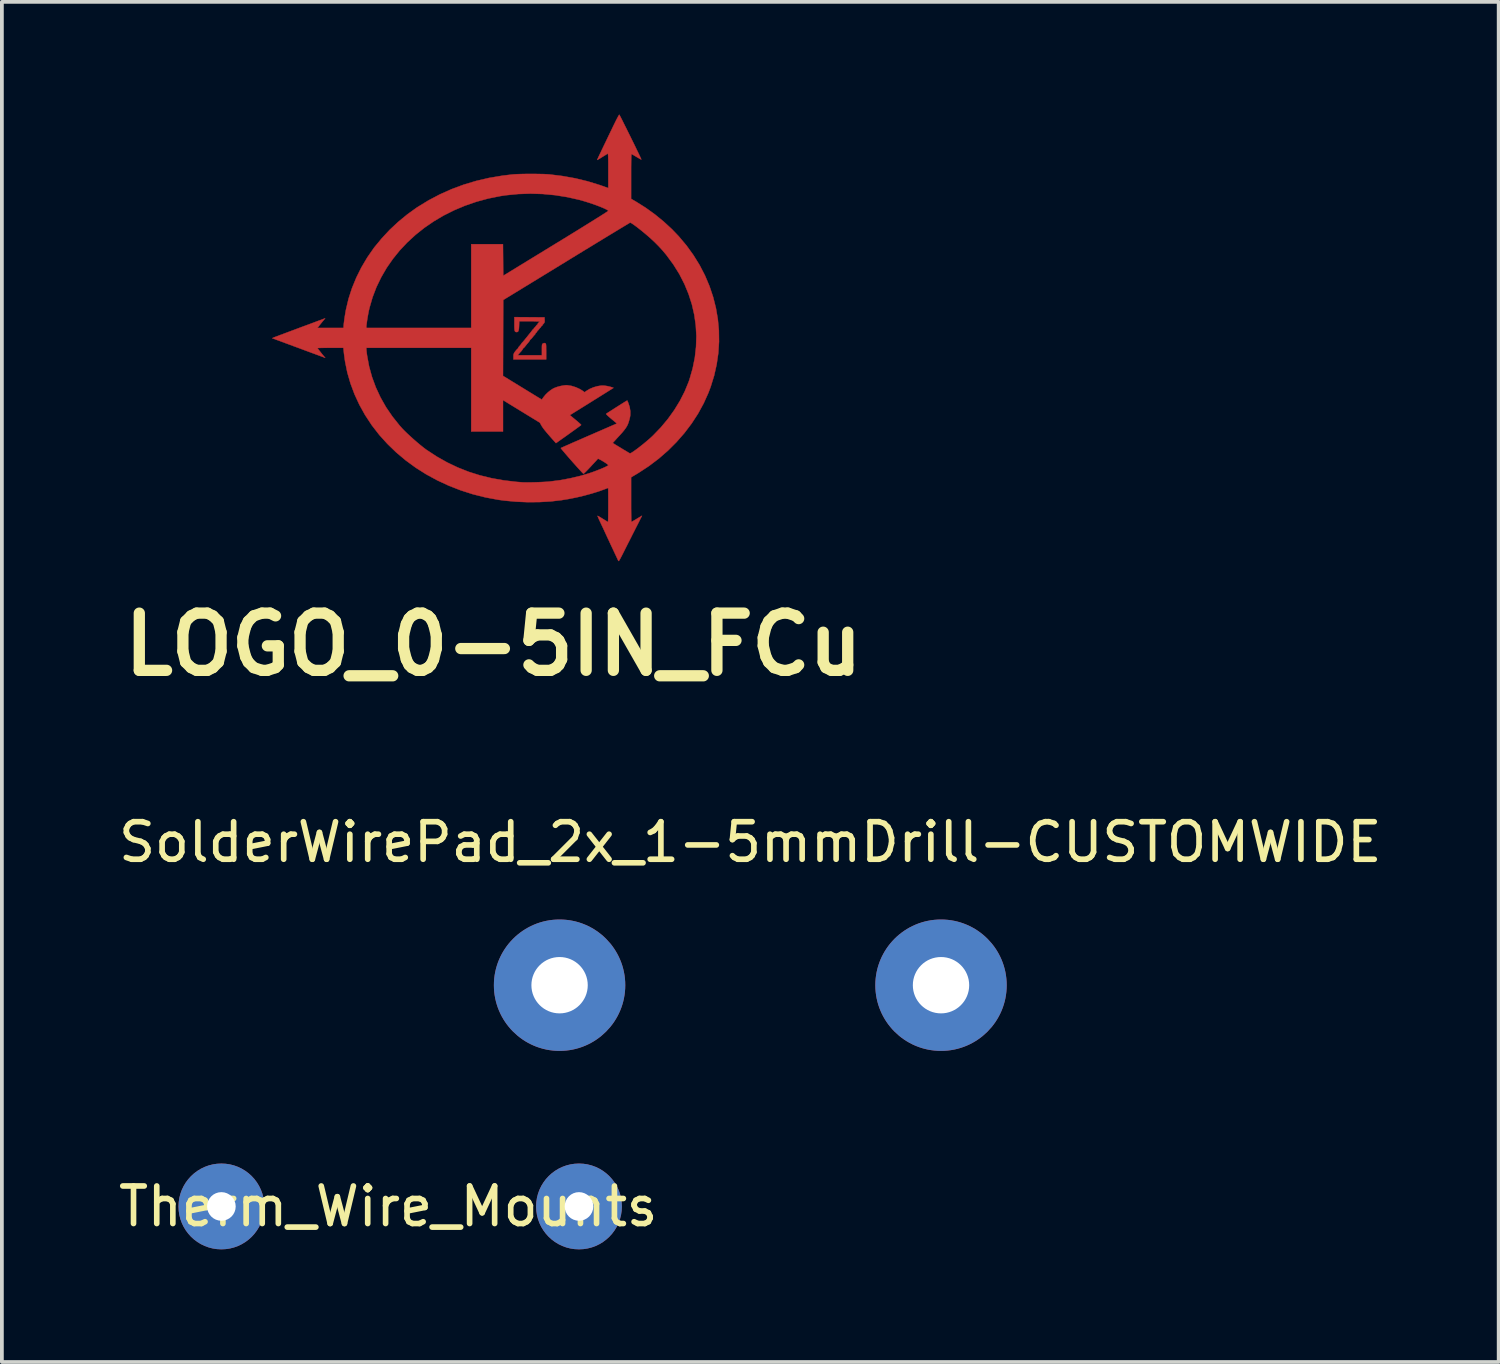
<source format=kicad_pcb>
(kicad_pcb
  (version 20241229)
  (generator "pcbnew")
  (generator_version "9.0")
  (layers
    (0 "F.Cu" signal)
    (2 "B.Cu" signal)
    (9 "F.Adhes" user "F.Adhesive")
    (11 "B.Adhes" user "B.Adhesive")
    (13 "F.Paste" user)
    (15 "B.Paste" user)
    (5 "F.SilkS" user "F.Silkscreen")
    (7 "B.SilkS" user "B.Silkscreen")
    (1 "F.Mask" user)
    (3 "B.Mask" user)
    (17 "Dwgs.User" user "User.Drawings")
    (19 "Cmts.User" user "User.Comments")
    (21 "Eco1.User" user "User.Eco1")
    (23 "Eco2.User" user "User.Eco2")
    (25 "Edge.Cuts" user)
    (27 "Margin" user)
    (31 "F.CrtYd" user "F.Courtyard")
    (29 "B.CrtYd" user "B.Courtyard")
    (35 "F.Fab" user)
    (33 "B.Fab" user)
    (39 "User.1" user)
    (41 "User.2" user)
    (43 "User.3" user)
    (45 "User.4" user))
  (footprint "LOGO_0-5IN_FCu"
    (layer "F.Cu")
    (at 10.095 5.861)
    (property "Reference" "LOGO_0-5IN_FCu" (at 0 8.255 0) (layer "F.SilkS") (effects (font (size 1.524 1.524) (thickness 0.3))))
    (attr through_hole)
    (fp_poly (pts (xy 1.358 -0.458) (xy 1.362 -0.391) (xy 1.363 -0.35) (xy 1.358 -0.324) (xy 1.345 -0.302) (xy 1.334 -0.29) (xy 1.313 -0.266) (xy 1.302 -0.248) (xy 1.302 -0.245) (xy 1.292 -0.232) (xy 1.283 -0.228) (xy 1.266 -0.213) (xy 1.264 -0.205) (xy 1.258 -0.19) (xy 1.254 -0.188) (xy 1.242 -0.179) (xy 1.223 -0.157) (xy 1.213 -0.144) (xy 1.192 -0.118) (xy 1.177 -0.102) (xy 1.172 -0.1) (xy 1.163 -0.091) (xy 1.163 -0.085) (xy 1.154 -0.067) (xy 1.137 -0.05) (xy 1.118 -0.03) (xy 1.112 -0.016) (xy 1.106 -0.000211) (xy 1.103 0.002) (xy 1.091 0.012) (xy 1.07 0.036) (xy 1.044 0.068) (xy 1.044 0.069) (xy 1.018 0.101) (xy 0.996 0.123) (xy 0.984 0.133) (xy 0.984 0.133) (xy 0.973 0.141) (xy 0.973 0.144) (xy 0.966 0.159) (xy 0.95 0.183) (xy 0.93 0.209) (xy 0.913 0.229) (xy 0.91 0.232) (xy 0.9 0.243) (xy 0.88 0.268) (xy 0.855 0.3) (xy 0.854 0.301) (xy 0.828 0.333) (xy 0.807 0.355) (xy 0.794 0.364) (xy 0.794 0.364) (xy 0.784 0.373) (xy 0.783 0.376) (xy 0.777 0.391) (xy 0.761 0.415) (xy 0.741 0.441) (xy 0.723 0.461) (xy 0.72 0.464) (xy 0.709 0.475) (xy 0.689 0.498) (xy 0.679 0.511) (xy 0.643 0.552) (xy 1.289 0.552) (xy 1.289 0.403) (xy 1.289 0.343) (xy 1.29 0.302) (xy 1.293 0.274) (xy 1.298 0.257) (xy 1.305 0.247) (xy 1.317 0.239) (xy 1.32 0.237) (xy 1.348 0.226) (xy 1.374 0.23) (xy 1.377 0.232) (xy 1.386 0.237) (xy 1.392 0.245) (xy 1.397 0.259) (xy 1.4 0.282) (xy 1.402 0.317) (xy 1.402 0.368) (xy 1.403 0.437) (xy 1.403 0.453) (xy 1.403 0.663) (xy 0.531 0.663) (xy 0.531 0.587) (xy 0.532 0.546) (xy 0.538 0.516) (xy 0.551 0.488) (xy 0.575 0.453) (xy 0.583 0.443) (xy 0.61 0.411) (xy 0.632 0.386) (xy 0.645 0.376) (xy 0.646 0.375) (xy 0.656 0.367) (xy 0.657 0.36) (xy 0.665 0.338) (xy 0.673 0.329) (xy 0.692 0.309) (xy 0.714 0.282) (xy 0.734 0.257) (xy 0.745 0.24) (xy 0.746 0.237) (xy 0.753 0.226) (xy 0.771 0.208) (xy 0.793 0.184) (xy 0.82 0.152) (xy 0.831 0.139) (xy 0.852 0.112) (xy 0.868 0.093) (xy 0.872 0.088) (xy 0.883 0.075) (xy 0.891 0.065) (xy 0.904 0.048) (xy 0.928 0.018) (xy 0.956 -0.017) (xy 0.96 -0.022) (xy 0.99 -0.059) (xy 1.016 -0.093) (xy 1.033 -0.116) (xy 1.034 -0.117) (xy 1.05 -0.137) (xy 1.062 -0.144) (xy 1.073 -0.153) (xy 1.074 -0.16) (xy 1.08 -0.175) (xy 1.084 -0.177) (xy 1.096 -0.185) (xy 1.115 -0.207) (xy 1.125 -0.221) (xy 1.145 -0.247) (xy 1.161 -0.263) (xy 1.166 -0.265) (xy 1.174 -0.274) (xy 1.175 -0.28) (xy 1.184 -0.298) (xy 1.2 -0.315) (xy 1.219 -0.333) (xy 1.226 -0.344) (xy 1.214 -0.347) (xy 1.18 -0.349) (xy 1.129 -0.351) (xy 1.063 -0.353) (xy 0.986 -0.353) (xy 0.955 -0.353) (xy 0.685 -0.353) (xy 0.681 -0.228) (xy 0.677 -0.163) (xy 0.67 -0.118) (xy 0.66 -0.089) (xy 0.645 -0.072) (xy 0.623 -0.066) (xy 0.617 -0.066) (xy 0.596 -0.068) (xy 0.58 -0.075) (xy 0.569 -0.091) (xy 0.562 -0.118) (xy 0.558 -0.159) (xy 0.556 -0.216) (xy 0.556 -0.281) (xy 0.556 -0.464) (xy 1.358 -0.458)) (stroke (width 0.01) (type solid)) (fill yes) (layer "F.Cu"))
    (fp_poly (pts (xy 3.358 -5.844) (xy 3.374 -5.814) (xy 3.398 -5.768) (xy 3.428 -5.709) (xy 3.463 -5.638) (xy 3.503 -5.558) (xy 3.547 -5.471) (xy 3.592 -5.379) (xy 3.639 -5.285) (xy 3.686 -5.189) (xy 3.732 -5.096) (xy 3.776 -5.006) (xy 3.816 -4.922) (xy 3.853 -4.846) (xy 3.884 -4.781) (xy 3.909 -4.728) (xy 3.927 -4.689) (xy 3.937 -4.667) (xy 3.938 -4.663) (xy 3.925 -4.667) (xy 3.897 -4.681) (xy 3.857 -4.704) (xy 3.814 -4.729) (xy 3.765 -4.758) (xy 3.723 -4.783) (xy 3.693 -4.801) (xy 3.68 -4.808) (xy 3.677 -4.806) (xy 3.674 -4.794) (xy 3.671 -4.772) (xy 3.669 -4.737) (xy 3.668 -4.689) (xy 3.667 -4.625) (xy 3.666 -4.545) (xy 3.665 -4.447) (xy 3.665 -4.329) (xy 3.665 -4.216) (xy 3.665 -3.615) (xy 3.801 -3.536) (xy 4.052 -3.378) (xy 4.297 -3.202) (xy 4.533 -3.009) (xy 4.754 -2.805) (xy 4.932 -2.619) (xy 5.141 -2.371) (xy 5.327 -2.113) (xy 5.492 -1.846) (xy 5.634 -1.571) (xy 5.753 -1.289) (xy 5.85 -1) (xy 5.924 -0.707) (xy 5.975 -0.41) (xy 6.003 -0.111) (xy 6.007 0.191) (xy 5.988 0.492) (xy 5.944 0.794) (xy 5.877 1.093) (xy 5.785 1.39) (xy 5.724 1.552) (xy 5.598 1.832) (xy 5.449 2.105) (xy 5.278 2.368) (xy 5.086 2.622) (xy 4.875 2.863) (xy 4.646 3.092) (xy 4.4 3.306) (xy 4.138 3.504) (xy 3.862 3.685) (xy 3.809 3.717) (xy 3.665 3.802) (xy 3.665 4.397) (xy 3.665 4.509) (xy 3.665 4.614) (xy 3.666 4.711) (xy 3.667 4.796) (xy 3.668 4.869) (xy 3.669 4.926) (xy 3.67 4.967) (xy 3.671 4.989) (xy 3.672 4.992) (xy 3.685 4.986) (xy 3.714 4.969) (xy 3.756 4.945) (xy 3.806 4.915) (xy 3.817 4.908) (xy 3.955 4.825) (xy 3.932 4.872) (xy 3.92 4.896) (xy 3.899 4.936) (xy 3.873 4.99) (xy 3.841 5.053) (xy 3.806 5.121) (xy 3.788 5.157) (xy 3.747 5.238) (xy 3.699 5.332) (xy 3.648 5.434) (xy 3.596 5.536) (xy 3.548 5.631) (xy 3.528 5.671) (xy 3.479 5.769) (xy 3.439 5.848) (xy 3.407 5.91) (xy 3.382 5.958) (xy 3.363 5.992) (xy 3.35 6.015) (xy 3.34 6.027) (xy 3.333 6.032) (xy 3.328 6.03) (xy 3.323 6.023) (xy 3.32 6.016) (xy 3.313 6.002) (xy 3.299 5.971) (xy 3.278 5.926) (xy 3.252 5.871) (xy 3.223 5.81) (xy 3.223 5.809) (xy 3.19 5.739) (xy 3.151 5.656) (xy 3.108 5.564) (xy 3.065 5.471) (xy 3.024 5.384) (xy 3.014 5.362) (xy 2.977 5.282) (xy 2.939 5.199) (xy 2.902 5.12) (xy 2.868 5.049) (xy 2.841 4.99) (xy 2.832 4.971) (xy 2.808 4.92) (xy 2.79 4.877) (xy 2.777 4.846) (xy 2.772 4.83) (xy 2.772 4.829) (xy 2.784 4.833) (xy 2.812 4.849) (xy 2.852 4.872) (xy 2.901 4.903) (xy 2.91 4.908) (xy 2.96 4.939) (xy 3.002 4.965) (xy 3.033 4.984) (xy 3.049 4.992) (xy 3.05 4.992) (xy 3.052 4.981) (xy 3.053 4.951) (xy 3.055 4.903) (xy 3.056 4.84) (xy 3.057 4.764) (xy 3.058 4.677) (xy 3.058 4.583) (xy 3.058 4.539) (xy 3.058 4.441) (xy 3.058 4.351) (xy 3.057 4.27) (xy 3.057 4.201) (xy 3.056 4.146) (xy 3.055 4.108) (xy 3.054 4.088) (xy 3.053 4.086) (xy 3.04 4.09) (xy 3.011 4.101) (xy 2.974 4.115) (xy 2.806 4.176) (xy 2.618 4.234) (xy 2.418 4.289) (xy 2.212 4.338) (xy 2.007 4.379) (xy 1.813 4.411) (xy 1.523 4.445) (xy 1.221 4.462) (xy 0.913 4.465) (xy 0.604 4.452) (xy 0.301 4.424) (xy 0.128 4.401) (xy -0.215 4.337) (xy -0.55 4.253) (xy -0.877 4.148) (xy -1.194 4.024) (xy -1.5 3.882) (xy -1.794 3.722) (xy -2.075 3.544) (xy -2.341 3.349) (xy -2.591 3.139) (xy -2.825 2.913) (xy -3.042 2.673) (xy -3.239 2.419) (xy -3.249 2.404) (xy -3.421 2.143) (xy -3.572 1.871) (xy -3.702 1.59) (xy -3.809 1.303) (xy -3.894 1.011) (xy -3.954 0.716) (xy -3.983 0.503) (xy -3.998 0.353) (xy -3.387 0.353) (xy -3.387 0.39) (xy -3.385 0.415) (xy -3.381 0.456) (xy -3.375 0.507) (xy -3.367 0.563) (xy -3.314 0.849) (xy -3.236 1.131) (xy -3.135 1.406) (xy -3.011 1.673) (xy -2.864 1.933) (xy -2.694 2.182) (xy -2.503 2.421) (xy -2.432 2.501) (xy -2.372 2.563) (xy -2.298 2.635) (xy -2.214 2.713) (xy -2.124 2.794) (xy -2.032 2.874) (xy -1.942 2.949) (xy -1.859 3.015) (xy -1.788 3.069) (xy -1.775 3.077) (xy -1.508 3.252) (xy -1.235 3.406) (xy -0.954 3.54) (xy -0.664 3.655) (xy -0.363 3.75) (xy -0.052 3.826) (xy 0.272 3.884) (xy 0.61 3.924) (xy 0.765 3.936) (xy 0.819 3.938) (xy 0.893 3.939) (xy 0.982 3.938) (xy 1.08 3.936) (xy 1.181 3.933) (xy 1.281 3.929) (xy 1.374 3.924) (xy 1.454 3.919) (xy 1.504 3.914) (xy 1.777 3.879) (xy 2.053 3.827) (xy 2.325 3.762) (xy 2.54 3.698) (xy 2.626 3.669) (xy 2.713 3.637) (xy 2.796 3.605) (xy 2.874 3.574) (xy 2.941 3.545) (xy 2.996 3.519) (xy 3.036 3.498) (xy 3.056 3.483) (xy 3.058 3.479) (xy 3.048 3.466) (xy 3.023 3.446) (xy 2.985 3.419) (xy 2.941 3.391) (xy 2.895 3.363) (xy 2.851 3.338) (xy 2.814 3.319) (xy 2.789 3.309) (xy 2.781 3.309) (xy 2.77 3.32) (xy 2.747 3.346) (xy 2.712 3.384) (xy 2.668 3.431) (xy 2.618 3.485) (xy 2.591 3.515) (xy 2.538 3.571) (xy 2.491 3.62) (xy 2.45 3.661) (xy 2.42 3.69) (xy 2.401 3.706) (xy 2.396 3.707) (xy 2.385 3.698) (xy 2.36 3.673) (xy 2.325 3.636) (xy 2.281 3.588) (xy 2.23 3.532) (xy 2.175 3.47) (xy 2.116 3.404) (xy 2.057 3.337) (xy 1.999 3.271) (xy 1.945 3.208) (xy 1.896 3.151) (xy 1.854 3.102) (xy 1.822 3.063) (xy 1.801 3.036) (xy 1.793 3.024) (xy 1.793 3.024) (xy 1.806 3.017) (xy 1.839 3.002) (xy 1.89 2.979) (xy 1.958 2.949) (xy 2.04 2.913) (xy 2.134 2.871) (xy 2.239 2.826) (xy 2.351 2.777) (xy 2.414 2.749) (xy 2.534 2.697) (xy 2.652 2.646) (xy 2.764 2.597) (xy 2.868 2.552) (xy 2.961 2.511) (xy 3.04 2.477) (xy 3.103 2.449) (xy 3.147 2.43) (xy 3.157 2.426) (xy 3.288 2.369) (xy 3.138 2.245) (xy 3.078 2.194) (xy 3.034 2.154) (xy 3.008 2.127) (xy 3 2.113) (xy 3.001 2.111) (xy 3.017 2.101) (xy 3.049 2.079) (xy 3.095 2.05) (xy 3.151 2.014) (xy 3.213 1.974) (xy 3.279 1.932) (xy 3.344 1.891) (xy 3.405 1.852) (xy 3.458 1.819) (xy 3.501 1.792) (xy 3.522 1.78) (xy 3.562 1.756) (xy 3.588 1.816) (xy 3.626 1.929) (xy 3.644 2.042) (xy 3.643 2.15) (xy 3.634 2.204) (xy 3.616 2.275) (xy 3.598 2.336) (xy 3.578 2.391) (xy 3.553 2.441) (xy 3.521 2.492) (xy 3.481 2.546) (xy 3.431 2.607) (xy 3.367 2.678) (xy 3.306 2.744) (xy 3.262 2.792) (xy 3.225 2.833) (xy 3.196 2.864) (xy 3.179 2.884) (xy 3.176 2.889) (xy 3.199 2.903) (xy 3.236 2.927) (xy 3.285 2.957) (xy 3.342 2.991) (xy 3.401 3.027) (xy 3.461 3.064) (xy 3.518 3.097) (xy 3.567 3.127) (xy 3.604 3.149) (xy 3.628 3.163) (xy 3.633 3.165) (xy 3.651 3.161) (xy 3.684 3.143) (xy 3.73 3.113) (xy 3.786 3.073) (xy 3.85 3.026) (xy 3.919 2.972) (xy 3.991 2.915) (xy 4.063 2.855) (xy 4.133 2.796) (xy 4.198 2.738) (xy 4.254 2.685) (xy 4.459 2.472) (xy 4.647 2.246) (xy 4.817 2.009) (xy 4.966 1.765) (xy 5.093 1.516) (xy 5.197 1.263) (xy 5.223 1.187) (xy 5.305 0.901) (xy 5.363 0.614) (xy 5.395 0.327) (xy 5.404 0.04) (xy 5.388 -0.245) (xy 5.348 -0.527) (xy 5.284 -0.805) (xy 5.196 -1.079) (xy 5.085 -1.347) (xy 4.951 -1.609) (xy 4.793 -1.863) (xy 4.613 -2.108) (xy 4.596 -2.13) (xy 4.499 -2.245) (xy 4.402 -2.351) (xy 4.298 -2.456) (xy 4.182 -2.564) (xy 4.108 -2.629) (xy 4.037 -2.689) (xy 3.965 -2.749) (xy 3.893 -2.806) (xy 3.826 -2.859) (xy 3.765 -2.904) (xy 3.713 -2.941) (xy 3.673 -2.967) (xy 3.647 -2.98) (xy 3.641 -2.982) (xy 3.629 -2.976) (xy 3.598 -2.957) (xy 3.549 -2.928) (xy 3.481 -2.887) (xy 3.398 -2.837) (xy 3.299 -2.777) (xy 3.187 -2.709) (xy 3.061 -2.633) (xy 2.923 -2.549) (xy 2.775 -2.459) (xy 2.617 -2.362) (xy 2.45 -2.261) (xy 2.275 -2.154) (xy 2.095 -2.044) (xy 1.944 -1.951) (xy 0.259 -0.921) (xy 0.253 1.101) (xy 0.666 1.354) (xy 0.761 1.412) (xy 0.854 1.469) (xy 0.942 1.523) (xy 1.021 1.571) (xy 1.089 1.613) (xy 1.143 1.646) (xy 1.179 1.668) (xy 1.183 1.67) (xy 1.286 1.733) (xy 1.334 1.665) (xy 1.386 1.602) (xy 1.449 1.54) (xy 1.519 1.484) (xy 1.587 1.44) (xy 1.62 1.424) (xy 1.691 1.397) (xy 1.77 1.375) (xy 1.849 1.359) (xy 1.921 1.35) (xy 1.965 1.35) (xy 2.078 1.368) (xy 2.193 1.404) (xy 2.302 1.454) (xy 2.373 1.498) (xy 2.426 1.537) (xy 2.48 1.498) (xy 2.564 1.448) (xy 2.661 1.407) (xy 2.763 1.377) (xy 2.862 1.361) (xy 2.906 1.359) (xy 2.964 1.363) (xy 3.033 1.373) (xy 3.101 1.389) (xy 3.156 1.405) (xy 3.197 1.42) (xy 2.942 1.58) (xy 2.811 1.662) (xy 2.679 1.744) (xy 2.55 1.825) (xy 2.428 1.901) (xy 2.317 1.97) (xy 2.219 2.031) (xy 2.151 2.073) (xy 2.034 2.146) (xy 2.186 2.273) (xy 2.237 2.315) (xy 2.28 2.353) (xy 2.312 2.382) (xy 2.331 2.401) (xy 2.335 2.407) (xy 2.331 2.412) (xy 2.318 2.422) (xy 2.296 2.439) (xy 2.264 2.463) (xy 2.219 2.496) (xy 2.161 2.538) (xy 2.088 2.59) (xy 1.999 2.654) (xy 1.893 2.73) (xy 1.827 2.776) (xy 1.664 2.892) (xy 1.639 2.864) (xy 1.546 2.76) (xy 1.469 2.672) (xy 1.406 2.598) (xy 1.356 2.537) (xy 1.318 2.487) (xy 1.291 2.446) (xy 1.281 2.43) (xy 1.235 2.347) (xy 0.253 1.746) (xy 0.253 2.584) (xy -0.594 2.584) (xy -0.594 0.353) (xy -3.387 0.353) (xy -3.998 0.353) (xy -4.343 0.353) (xy -4.434 0.354) (xy -4.515 0.354) (xy -4.585 0.355) (xy -4.639 0.357) (xy -4.674 0.358) (xy -4.688 0.36) (xy -4.688 0.36) (xy -4.681 0.372) (xy -4.663 0.397) (xy -4.636 0.432) (xy -4.604 0.472) (xy -4.571 0.514) (xy -4.538 0.554) (xy -4.513 0.584) (xy -4.481 0.62) (xy -4.525 0.604) (xy -4.545 0.597) (xy -4.585 0.582) (xy -4.644 0.56) (xy -4.72 0.532) (xy -4.809 0.499) (xy -4.91 0.462) (xy -5.021 0.421) (xy -5.138 0.377) (xy -5.187 0.359) (xy -5.307 0.315) (xy -5.42 0.273) (xy -5.525 0.234) (xy -5.62 0.199) (xy -5.701 0.168) (xy -5.768 0.144) (xy -5.816 0.126) (xy -5.845 0.115) (xy -5.85 0.113) (xy -5.894 0.097) (xy -5.863 0.083) (xy -5.847 0.076) (xy -5.811 0.062) (xy -5.756 0.042) (xy -5.686 0.015) (xy -5.602 -0.016) (xy -5.509 -0.051) (xy -5.407 -0.089) (xy -5.3 -0.129) (xy -5.191 -0.17) (xy -5.081 -0.211) (xy -4.974 -0.25) (xy -4.872 -0.288) (xy -4.778 -0.323) (xy -4.694 -0.355) (xy -4.622 -0.381) (xy -4.566 -0.402) (xy -4.528 -0.416) (xy -4.513 -0.421) (xy -4.483 -0.431) (xy -4.514 -0.395) (xy -4.535 -0.37) (xy -4.565 -0.333) (xy -4.6 -0.29) (xy -4.618 -0.268) (xy -4.69 -0.177) (xy -3.993 -0.177) (xy -3.993 -0.207) (xy -3.387 -0.207) (xy -3.387 -0.177) (xy -0.594 -0.177) (xy -0.594 -2.407) (xy 0.252 -2.407) (xy 0.256 -1.987) (xy 0.259 -1.566) (xy 1.655 -2.42) (xy 1.845 -2.536) (xy 2.024 -2.646) (xy 2.192 -2.749) (xy 2.347 -2.845) (xy 2.49 -2.934) (xy 2.619 -3.014) (xy 2.732 -3.085) (xy 2.831 -3.146) (xy 2.912 -3.198) (xy 2.976 -3.239) (xy 3.022 -3.269) (xy 3.049 -3.288) (xy 3.056 -3.294) (xy 3.047 -3.308) (xy 3.016 -3.327) (xy 2.967 -3.352) (xy 2.903 -3.38) (xy 2.827 -3.411) (xy 2.74 -3.444) (xy 2.647 -3.477) (xy 2.55 -3.51) (xy 2.451 -3.541) (xy 2.354 -3.57) (xy 2.285 -3.589) (xy 1.965 -3.661) (xy 1.64 -3.713) (xy 1.312 -3.744) (xy 0.983 -3.754) (xy 0.656 -3.743) (xy 0.332 -3.711) (xy 0.18 -3.688) (xy -0.142 -3.623) (xy -0.455 -3.538) (xy -0.756 -3.434) (xy -1.047 -3.312) (xy -1.325 -3.173) (xy -1.589 -3.017) (xy -1.84 -2.845) (xy -2.075 -2.658) (xy -2.295 -2.456) (xy -2.497 -2.242) (xy -2.681 -2.014) (xy -2.847 -1.775) (xy -2.992 -1.525) (xy -3.118 -1.265) (xy -3.221 -0.995) (xy -3.302 -0.717) (xy -3.323 -0.627) (xy -3.334 -0.57) (xy -3.346 -0.504) (xy -3.358 -0.434) (xy -3.369 -0.365) (xy -3.377 -0.302) (xy -3.384 -0.25) (xy -3.387 -0.214) (xy -3.387 -0.207) (xy -3.993 -0.207) (xy -3.993 -0.213) (xy -3.991 -0.246) (xy -3.986 -0.297) (xy -3.978 -0.36) (xy -3.969 -0.431) (xy -3.957 -0.506) (xy -3.945 -0.579) (xy -3.933 -0.647) (xy -3.929 -0.668) (xy -3.861 -0.953) (xy -3.769 -1.237) (xy -3.654 -1.517) (xy -3.518 -1.79) (xy -3.361 -2.055) (xy -3.185 -2.308) (xy -3.168 -2.33) (xy -2.974 -2.565) (xy -2.763 -2.791) (xy -2.535 -3.004) (xy -2.295 -3.201) (xy -2.045 -3.381) (xy -2.028 -3.392) (xy -1.734 -3.572) (xy -1.431 -3.732) (xy -1.118 -3.872) (xy -0.795 -3.992) (xy -0.462 -4.092) (xy -0.118 -4.172) (xy 0.238 -4.232) (xy 0.505 -4.264) (xy 0.573 -4.269) (xy 0.661 -4.273) (xy 0.764 -4.276) (xy 0.877 -4.278) (xy 0.996 -4.278) (xy 1.114 -4.278) (xy 1.228 -4.276) (xy 1.332 -4.274) (xy 1.421 -4.27) (xy 1.49 -4.265) (xy 1.491 -4.265) (xy 1.839 -4.222) (xy 2.18 -4.161) (xy 2.512 -4.08) (xy 2.831 -3.982) (xy 2.894 -3.96) (xy 3.058 -3.901) (xy 3.058 -4.364) (xy 3.058 -4.481) (xy 3.058 -4.578) (xy 3.057 -4.656) (xy 3.055 -4.716) (xy 3.054 -4.761) (xy 3.051 -4.792) (xy 3.048 -4.811) (xy 3.045 -4.819) (xy 3.042 -4.819) (xy 3.026 -4.81) (xy 2.995 -4.79) (xy 2.951 -4.763) (xy 2.901 -4.732) (xy 2.896 -4.729) (xy 2.847 -4.698) (xy 2.806 -4.674) (xy 2.776 -4.657) (xy 2.762 -4.651) (xy 2.762 -4.651) (xy 2.766 -4.662) (xy 2.778 -4.69) (xy 2.798 -4.734) (xy 2.824 -4.79) (xy 2.856 -4.856) (xy 2.891 -4.93) (xy 2.899 -4.947) (xy 2.944 -5.041) (xy 2.996 -5.148) (xy 3.05 -5.262) (xy 3.105 -5.376) (xy 3.157 -5.483) (xy 3.19 -5.553) (xy 3.228 -5.63) (xy 3.262 -5.699) (xy 3.293 -5.759) (xy 3.318 -5.806) (xy 3.337 -5.839) (xy 3.348 -5.855) (xy 3.35 -5.856) (xy 3.358 -5.844)) (stroke (width 0.01) (type solid)) (fill yes) (layer "F.Cu")))
  (footprint "Therm_Wire_Mounts"
    (layer "F.Cu")
    (at 7.292 29.085)
    (property "Reference" "Therm_Wire_Mounts" (at 0 0 0) (layer "F.SilkS") (effects (font (size 1 1) (thickness 0.15))))
    (attr through_hole)
    (pad "1" thru_hole circle (at -4.445 0) (size 2.286 2.286) (drill 0.762) (layers "*.Cu" "*.Mask"))
    (pad "2" thru_hole circle (at 5.08 0) (size 2.286 2.286) (drill 0.762) (layers "*.Cu" "*.Mask")))
  (footprint "SolderWirePad_2x_1-5mmDrill-CUSTOMWIDE"
    (layer "F.Cu")
    (at 16.935 23.192)
    (property "Reference" "SolderWirePad_2x_1-5mmDrill-CUSTOMWIDE" (at 0 -3.81 0) (layer "F.SilkS") (effects (font (size 1 1) (thickness 0.15))))
    (attr through_hole)
    (pad "1" thru_hole circle (at -5.08 0) (size 3.5 3.5) (drill 1.501) (layers "*.Cu" "*.Mask"))
    (pad "2" thru_hole circle (at 5.08 0) (size 3.5 3.5) (drill 1.501) (layers "*.Cu" "*.Mask")))
  (gr_rect
    (start -3 -3)
    (end 36.869 33.228)
    (stroke (width 0.1) (type default))
    (fill no)
    (layer "Edge.Cuts")))
</source>
